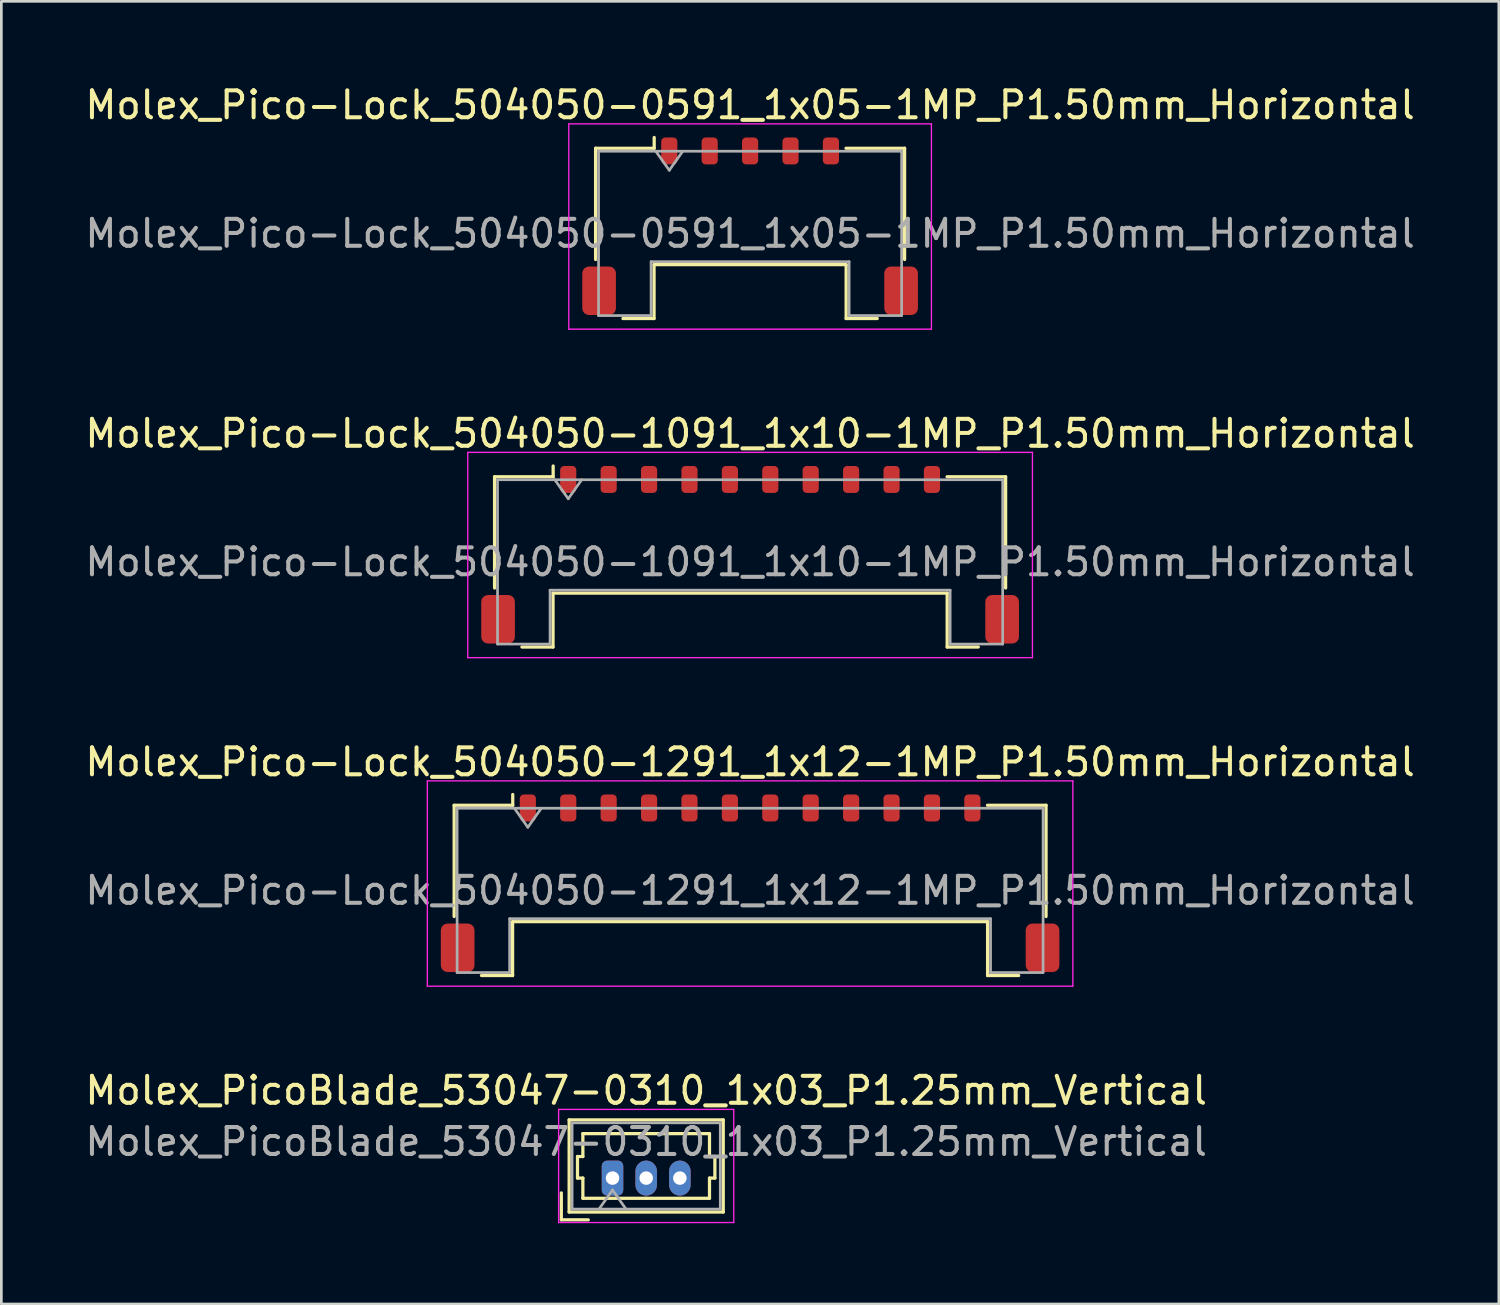
<source format=kicad_pcb>
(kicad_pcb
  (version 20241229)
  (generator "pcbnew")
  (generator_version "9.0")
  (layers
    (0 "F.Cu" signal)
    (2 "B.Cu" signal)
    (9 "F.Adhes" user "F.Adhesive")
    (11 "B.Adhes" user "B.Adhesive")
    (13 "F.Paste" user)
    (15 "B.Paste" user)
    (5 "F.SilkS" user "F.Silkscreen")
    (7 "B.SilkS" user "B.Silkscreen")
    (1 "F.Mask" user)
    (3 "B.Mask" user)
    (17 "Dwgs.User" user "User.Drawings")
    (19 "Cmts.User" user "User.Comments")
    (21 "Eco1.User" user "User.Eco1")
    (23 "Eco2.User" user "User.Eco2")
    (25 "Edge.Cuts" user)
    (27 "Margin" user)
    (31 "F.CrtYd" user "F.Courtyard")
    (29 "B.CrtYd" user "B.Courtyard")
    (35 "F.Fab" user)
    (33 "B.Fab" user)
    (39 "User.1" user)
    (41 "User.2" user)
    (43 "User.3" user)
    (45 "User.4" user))
  (footprint "Molex_PicoBlade_53047-0310_1x03_P1.25mm_Vertical"
    (layer "F.Cu")
    (at 19.685 40.678)
    (property "Reference" "Molex_PicoBlade_53047-0310_1x03_P1.25mm_Vertical" (at 1.25 -3.25 0) (layer "F.SilkS") (effects (font (size 1 1) (thickness 0.15))))
    (attr through_hole)
    (fp_line (start -1.9 1.55) (end -1.9 0.55) (stroke (width 0.12) (type solid)) (layer "F.SilkS"))
    (fp_line (start -1.9 1.55) (end -0.9 1.55) (stroke (width 0.12) (type solid)) (layer "F.SilkS"))
    (fp_line (start -1.61 -2.16) (end -1.61 1.26) (stroke (width 0.12) (type solid)) (layer "F.SilkS"))
    (fp_line (start -1.61 1.26) (end 4.11 1.26) (stroke (width 0.12) (type solid)) (layer "F.SilkS"))
    (fp_line (start -1.3 -0.8) (end -1.1 -0.8) (stroke (width 0.12) (type solid)) (layer "F.SilkS"))
    (fp_line (start -1.3 0) (end -1.3 -0.8) (stroke (width 0.12) (type solid)) (layer "F.SilkS"))
    (fp_line (start -1.1 -1.65) (end 1.25 -1.65) (stroke (width 0.12) (type solid)) (layer "F.SilkS"))
    (fp_line (start -1.1 -0.8) (end -1.1 -1.65) (stroke (width 0.12) (type solid)) (layer "F.SilkS"))
    (fp_line (start -1.1 0) (end -1.3 0) (stroke (width 0.12) (type solid)) (layer "F.SilkS"))
    (fp_line (start -1.1 0.75) (end -1.1 0) (stroke (width 0.12) (type solid)) (layer "F.SilkS"))
    (fp_line (start 1.25 0.75) (end -1.1 0.75) (stroke (width 0.12) (type solid)) (layer "F.SilkS"))
    (fp_line (start 1.25 0.75) (end 3.6 0.75) (stroke (width 0.12) (type solid)) (layer "F.SilkS"))
    (fp_line (start 3.6 -1.65) (end 1.25 -1.65) (stroke (width 0.12) (type solid)) (layer "F.SilkS"))
    (fp_line (start 3.6 -0.8) (end 3.6 -1.65) (stroke (width 0.12) (type solid)) (layer "F.SilkS"))
    (fp_line (start 3.6 0) (end 3.8 0) (stroke (width 0.12) (type solid)) (layer "F.SilkS"))
    (fp_line (start 3.6 0.75) (end 3.6 0) (stroke (width 0.12) (type solid)) (layer "F.SilkS"))
    (fp_line (start 3.8 -0.8) (end 3.6 -0.8) (stroke (width 0.12) (type solid)) (layer "F.SilkS"))
    (fp_line (start 3.8 0) (end 3.8 -0.8) (stroke (width 0.12) (type solid)) (layer "F.SilkS"))
    (fp_line (start 4.11 -2.16) (end -1.61 -2.16) (stroke (width 0.12) (type solid)) (layer "F.SilkS"))
    (fp_line (start 4.11 1.26) (end 4.11 -2.16) (stroke (width 0.12) (type solid)) (layer "F.SilkS"))
    (fp_line (start -2 -2.55) (end -2 1.65) (stroke (width 0.05) (type solid)) (layer "F.CrtYd"))
    (fp_line (start -2 1.65) (end 4.5 1.65) (stroke (width 0.05) (type solid)) (layer "F.CrtYd"))
    (fp_line (start 4.5 -2.55) (end -2 -2.55) (stroke (width 0.05) (type solid)) (layer "F.CrtYd"))
    (fp_line (start 4.5 1.65) (end 4.5 -2.55) (stroke (width 0.05) (type solid)) (layer "F.CrtYd"))
    (fp_line (start -1.5 -2.05) (end -1.5 1.15) (stroke (width 0.1) (type solid)) (layer "F.Fab"))
    (fp_line (start -1.5 1.15) (end 4 1.15) (stroke (width 0.1) (type solid)) (layer "F.Fab"))
    (fp_line (start -0.5 1.15) (end 0 0.443) (stroke (width 0.1) (type solid)) (layer "F.Fab"))
    (fp_line (start 0 0.443) (end 0.5 1.15) (stroke (width 0.1) (type solid)) (layer "F.Fab"))
    (fp_line (start 4 -2.05) (end -1.5 -2.05) (stroke (width 0.1) (type solid)) (layer "F.Fab"))
    (fp_line (start 4 1.15) (end 4 -2.05) (stroke (width 0.1) (type solid)) (layer "F.Fab"))
    (fp_text user "${REFERENCE}" (at 1.25 -1.35 0) (layer "F.Fab") (effects (font (size 1 1) (thickness 0.15))))
    (pad "1" thru_hole roundrect (at 0 0) (size 0.8 1.3) (drill 0.5) (layers "*.Cu" "*.Mask") (roundrect_rratio 0.25))
    (pad "2" thru_hole oval (at 1.25 0) (size 0.8 1.3) (drill 0.5) (layers "*.Cu" "*.Mask"))
    (pad "3" thru_hole oval (at 2.5 0) (size 0.8 1.3) (drill 0.5) (layers "*.Cu" "*.Mask")))
  (footprint "Molex_Pico-Lock_504050-1291_1x12-1MP_P1.50mm_Horizontal"
    (layer "F.Cu")
    (at 24.792 29.735)
    (property "Reference" "Molex_Pico-Lock_504050-1291_1x12-1MP_P1.50mm_Horizontal" (at 0 -4.5 0) (layer "F.SilkS") (effects (font (size 1 1) (thickness 0.15))))
    (attr smd)
    (fp_line (start -10.985 -2.895) (end -8.81 -2.895) (stroke (width 0.12) (type solid)) (layer "F.SilkS"))
    (fp_line (start -10.985 1.235) (end -10.985 -2.895) (stroke (width 0.12) (type solid)) (layer "F.SilkS"))
    (fp_line (start -9.97 3.425) (end -8.815 3.425) (stroke (width 0.12) (type solid)) (layer "F.SilkS"))
    (fp_line (start -8.815 1.425) (end 8.815 1.425) (stroke (width 0.12) (type solid)) (layer "F.SilkS"))
    (fp_line (start -8.815 3.425) (end -8.815 1.425) (stroke (width 0.12) (type solid)) (layer "F.SilkS"))
    (fp_line (start -8.81 -2.895) (end -8.81 -3.295) (stroke (width 0.12) (type solid)) (layer "F.SilkS"))
    (fp_line (start 8.815 1.425) (end 8.815 3.425) (stroke (width 0.12) (type solid)) (layer "F.SilkS"))
    (fp_line (start 8.815 3.425) (end 9.97 3.425) (stroke (width 0.12) (type solid)) (layer "F.SilkS"))
    (fp_line (start 10.985 -2.895) (end 8.81 -2.895) (stroke (width 0.12) (type solid)) (layer "F.SilkS"))
    (fp_line (start 10.985 1.235) (end 10.985 -2.895) (stroke (width 0.12) (type solid)) (layer "F.SilkS"))
    (fp_line (start -11.98 -3.8) (end -11.98 3.82) (stroke (width 0.05) (type solid)) (layer "F.CrtYd"))
    (fp_line (start -11.98 3.82) (end 11.98 3.82) (stroke (width 0.05) (type solid)) (layer "F.CrtYd"))
    (fp_line (start 11.98 -3.8) (end -11.98 -3.8) (stroke (width 0.05) (type solid)) (layer "F.CrtYd"))
    (fp_line (start 11.98 3.82) (end 11.98 -3.8) (stroke (width 0.05) (type solid)) (layer "F.CrtYd"))
    (fp_line (start -10.875 -2.785) (end -10.875 3.315) (stroke (width 0.1) (type solid)) (layer "F.Fab"))
    (fp_line (start -10.875 -2.785) (end 10.875 -2.785) (stroke (width 0.1) (type solid)) (layer "F.Fab"))
    (fp_line (start -10.875 3.315) (end -8.925 3.315) (stroke (width 0.1) (type solid)) (layer "F.Fab"))
    (fp_line (start -8.925 1.315) (end 8.925 1.315) (stroke (width 0.1) (type solid)) (layer "F.Fab"))
    (fp_line (start -8.925 3.315) (end -8.925 1.315) (stroke (width 0.1) (type solid)) (layer "F.Fab"))
    (fp_line (start -8.75 -2.785) (end -8.25 -2.078) (stroke (width 0.1) (type solid)) (layer "F.Fab"))
    (fp_line (start -8.25 -2.078) (end -7.75 -2.785) (stroke (width 0.1) (type solid)) (layer "F.Fab"))
    (fp_line (start 8.925 1.315) (end 8.925 3.315) (stroke (width 0.1) (type solid)) (layer "F.Fab"))
    (fp_line (start 8.925 3.315) (end 10.875 3.315) (stroke (width 0.1) (type solid)) (layer "F.Fab"))
    (fp_line (start 10.875 -2.785) (end 10.875 3.315) (stroke (width 0.1) (type solid)) (layer "F.Fab"))
    (fp_text user "${REFERENCE}" (at 0 0.27 0) (layer "F.Fab") (effects (font (size 1 1) (thickness 0.15))))
    (pad "1" smd roundrect (at -8.25 -2.795) (size 0.6 1) (layers "F.Cu" "F.Mask" "F.Paste") (roundrect_rratio 0.25))
    (pad "2" smd roundrect (at -6.75 -2.795) (size 0.6 1) (layers "F.Cu" "F.Mask" "F.Paste") (roundrect_rratio 0.25))
    (pad "3" smd roundrect (at -5.25 -2.795) (size 0.6 1) (layers "F.Cu" "F.Mask" "F.Paste") (roundrect_rratio 0.25))
    (pad "4" smd roundrect (at -3.75 -2.795) (size 0.6 1) (layers "F.Cu" "F.Mask" "F.Paste") (roundrect_rratio 0.25))
    (pad "5" smd roundrect (at -2.25 -2.795) (size 0.6 1) (layers "F.Cu" "F.Mask" "F.Paste") (roundrect_rratio 0.25))
    (pad "6" smd roundrect (at -0.75 -2.795) (size 0.6 1) (layers "F.Cu" "F.Mask" "F.Paste") (roundrect_rratio 0.25))
    (pad "7" smd roundrect (at 0.75 -2.795) (size 0.6 1) (layers "F.Cu" "F.Mask" "F.Paste") (roundrect_rratio 0.25))
    (pad "8" smd roundrect (at 2.25 -2.795) (size 0.6 1) (layers "F.Cu" "F.Mask" "F.Paste") (roundrect_rratio 0.25))
    (pad "9" smd roundrect (at 3.75 -2.795) (size 0.6 1) (layers "F.Cu" "F.Mask" "F.Paste") (roundrect_rratio 0.25))
    (pad "10" smd roundrect (at 5.25 -2.795) (size 0.6 1) (layers "F.Cu" "F.Mask" "F.Paste") (roundrect_rratio 0.25))
    (pad "11" smd roundrect (at 6.75 -2.795) (size 0.6 1) (layers "F.Cu" "F.Mask" "F.Paste") (roundrect_rratio 0.25))
    (pad "12" smd roundrect (at 8.25 -2.795) (size 0.6 1) (layers "F.Cu" "F.Mask" "F.Paste") (roundrect_rratio 0.25))
    (pad "MP" smd roundrect (at -10.855 2.395) (size 1.25 1.8) (layers "F.Cu" "F.Mask" "F.Paste") (roundrect_rratio 0.2))
    (pad "MP" smd roundrect (at 10.855 2.395) (size 1.25 1.8) (layers "F.Cu" "F.Mask" "F.Paste") (roundrect_rratio 0.2)))
  (footprint "Molex_Pico-Lock_504050-0591_1x05-1MP_P1.50mm_Horizontal"
    (layer "F.Cu")
    (at 24.792 5.348)
    (property "Reference" "Molex_Pico-Lock_504050-0591_1x05-1MP_P1.50mm_Horizontal" (at 0 -4.5 0) (layer "F.SilkS") (effects (font (size 1 1) (thickness 0.15))))
    (attr smd)
    (fp_line (start -5.735 -2.895) (end -3.56 -2.895) (stroke (width 0.12) (type solid)) (layer "F.SilkS"))
    (fp_line (start -5.735 1.235) (end -5.735 -2.895) (stroke (width 0.12) (type solid)) (layer "F.SilkS"))
    (fp_line (start -4.72 3.425) (end -3.565 3.425) (stroke (width 0.12) (type solid)) (layer "F.SilkS"))
    (fp_line (start -3.565 1.425) (end 3.565 1.425) (stroke (width 0.12) (type solid)) (layer "F.SilkS"))
    (fp_line (start -3.565 3.425) (end -3.565 1.425) (stroke (width 0.12) (type solid)) (layer "F.SilkS"))
    (fp_line (start -3.56 -2.895) (end -3.56 -3.295) (stroke (width 0.12) (type solid)) (layer "F.SilkS"))
    (fp_line (start 3.565 1.425) (end 3.565 3.425) (stroke (width 0.12) (type solid)) (layer "F.SilkS"))
    (fp_line (start 3.565 3.425) (end 4.72 3.425) (stroke (width 0.12) (type solid)) (layer "F.SilkS"))
    (fp_line (start 5.735 -2.895) (end 3.56 -2.895) (stroke (width 0.12) (type solid)) (layer "F.SilkS"))
    (fp_line (start 5.735 1.235) (end 5.735 -2.895) (stroke (width 0.12) (type solid)) (layer "F.SilkS"))
    (fp_line (start -6.73 -3.8) (end -6.73 3.82) (stroke (width 0.05) (type solid)) (layer "F.CrtYd"))
    (fp_line (start -6.73 3.82) (end 6.73 3.82) (stroke (width 0.05) (type solid)) (layer "F.CrtYd"))
    (fp_line (start 6.73 -3.8) (end -6.73 -3.8) (stroke (width 0.05) (type solid)) (layer "F.CrtYd"))
    (fp_line (start 6.73 3.82) (end 6.73 -3.8) (stroke (width 0.05) (type solid)) (layer "F.CrtYd"))
    (fp_line (start -5.625 -2.785) (end -5.625 3.315) (stroke (width 0.1) (type solid)) (layer "F.Fab"))
    (fp_line (start -5.625 -2.785) (end 5.625 -2.785) (stroke (width 0.1) (type solid)) (layer "F.Fab"))
    (fp_line (start -5.625 3.315) (end -3.675 3.315) (stroke (width 0.1) (type solid)) (layer "F.Fab"))
    (fp_line (start -3.675 1.315) (end 3.675 1.315) (stroke (width 0.1) (type solid)) (layer "F.Fab"))
    (fp_line (start -3.675 3.315) (end -3.675 1.315) (stroke (width 0.1) (type solid)) (layer "F.Fab"))
    (fp_line (start -3.5 -2.785) (end -3 -2.078) (stroke (width 0.1) (type solid)) (layer "F.Fab"))
    (fp_line (start -3 -2.078) (end -2.5 -2.785) (stroke (width 0.1) (type solid)) (layer "F.Fab"))
    (fp_line (start 3.675 1.315) (end 3.675 3.315) (stroke (width 0.1) (type solid)) (layer "F.Fab"))
    (fp_line (start 3.675 3.315) (end 5.625 3.315) (stroke (width 0.1) (type solid)) (layer "F.Fab"))
    (fp_line (start 5.625 -2.785) (end 5.625 3.315) (stroke (width 0.1) (type solid)) (layer "F.Fab"))
    (fp_text user "${REFERENCE}" (at 0 0.27 0) (layer "F.Fab") (effects (font (size 1 1) (thickness 0.15))))
    (pad "1" smd roundrect (at -3 -2.795) (size 0.6 1) (layers "F.Cu" "F.Mask" "F.Paste") (roundrect_rratio 0.25))
    (pad "2" smd roundrect (at -1.5 -2.795) (size 0.6 1) (layers "F.Cu" "F.Mask" "F.Paste") (roundrect_rratio 0.25))
    (pad "3" smd roundrect (at 0 -2.795) (size 0.6 1) (layers "F.Cu" "F.Mask" "F.Paste") (roundrect_rratio 0.25))
    (pad "4" smd roundrect (at 1.5 -2.795) (size 0.6 1) (layers "F.Cu" "F.Mask" "F.Paste") (roundrect_rratio 0.25))
    (pad "5" smd roundrect (at 3 -2.795) (size 0.6 1) (layers "F.Cu" "F.Mask" "F.Paste") (roundrect_rratio 0.25))
    (pad "MP" smd roundrect (at -5.605 2.395) (size 1.25 1.8) (layers "F.Cu" "F.Mask" "F.Paste") (roundrect_rratio 0.2))
    (pad "MP" smd roundrect (at 5.605 2.395) (size 1.25 1.8) (layers "F.Cu" "F.Mask" "F.Paste") (roundrect_rratio 0.2)))
  (footprint "Molex_Pico-Lock_504050-1091_1x10-1MP_P1.50mm_Horizontal"
    (layer "F.Cu")
    (at 24.792 17.541)
    (property "Reference" "Molex_Pico-Lock_504050-1091_1x10-1MP_P1.50mm_Horizontal" (at 0 -4.5 0) (layer "F.SilkS") (effects (font (size 1 1) (thickness 0.15))))
    (attr smd)
    (fp_line (start -9.485 -2.895) (end -7.31 -2.895) (stroke (width 0.12) (type solid)) (layer "F.SilkS"))
    (fp_line (start -9.485 1.235) (end -9.485 -2.895) (stroke (width 0.12) (type solid)) (layer "F.SilkS"))
    (fp_line (start -8.47 3.425) (end -7.315 3.425) (stroke (width 0.12) (type solid)) (layer "F.SilkS"))
    (fp_line (start -7.315 1.425) (end 7.315 1.425) (stroke (width 0.12) (type solid)) (layer "F.SilkS"))
    (fp_line (start -7.315 3.425) (end -7.315 1.425) (stroke (width 0.12) (type solid)) (layer "F.SilkS"))
    (fp_line (start -7.31 -2.895) (end -7.31 -3.295) (stroke (width 0.12) (type solid)) (layer "F.SilkS"))
    (fp_line (start 7.315 1.425) (end 7.315 3.425) (stroke (width 0.12) (type solid)) (layer "F.SilkS"))
    (fp_line (start 7.315 3.425) (end 8.47 3.425) (stroke (width 0.12) (type solid)) (layer "F.SilkS"))
    (fp_line (start 9.485 -2.895) (end 7.31 -2.895) (stroke (width 0.12) (type solid)) (layer "F.SilkS"))
    (fp_line (start 9.485 1.235) (end 9.485 -2.895) (stroke (width 0.12) (type solid)) (layer "F.SilkS"))
    (fp_line (start -10.48 -3.8) (end -10.48 3.82) (stroke (width 0.05) (type solid)) (layer "F.CrtYd"))
    (fp_line (start -10.48 3.82) (end 10.48 3.82) (stroke (width 0.05) (type solid)) (layer "F.CrtYd"))
    (fp_line (start 10.48 -3.8) (end -10.48 -3.8) (stroke (width 0.05) (type solid)) (layer "F.CrtYd"))
    (fp_line (start 10.48 3.82) (end 10.48 -3.8) (stroke (width 0.05) (type solid)) (layer "F.CrtYd"))
    (fp_line (start -9.375 -2.785) (end -9.375 3.315) (stroke (width 0.1) (type solid)) (layer "F.Fab"))
    (fp_line (start -9.375 -2.785) (end 9.375 -2.785) (stroke (width 0.1) (type solid)) (layer "F.Fab"))
    (fp_line (start -9.375 3.315) (end -7.425 3.315) (stroke (width 0.1) (type solid)) (layer "F.Fab"))
    (fp_line (start -7.425 1.315) (end 7.425 1.315) (stroke (width 0.1) (type solid)) (layer "F.Fab"))
    (fp_line (start -7.425 3.315) (end -7.425 1.315) (stroke (width 0.1) (type solid)) (layer "F.Fab"))
    (fp_line (start -7.25 -2.785) (end -6.75 -2.078) (stroke (width 0.1) (type solid)) (layer "F.Fab"))
    (fp_line (start -6.75 -2.078) (end -6.25 -2.785) (stroke (width 0.1) (type solid)) (layer "F.Fab"))
    (fp_line (start 7.425 1.315) (end 7.425 3.315) (stroke (width 0.1) (type solid)) (layer "F.Fab"))
    (fp_line (start 7.425 3.315) (end 9.375 3.315) (stroke (width 0.1) (type solid)) (layer "F.Fab"))
    (fp_line (start 9.375 -2.785) (end 9.375 3.315) (stroke (width 0.1) (type solid)) (layer "F.Fab"))
    (fp_text user "${REFERENCE}" (at 0 0.27 0) (layer "F.Fab") (effects (font (size 1 1) (thickness 0.15))))
    (pad "1" smd roundrect (at -6.75 -2.795) (size 0.6 1) (layers "F.Cu" "F.Mask" "F.Paste") (roundrect_rratio 0.25))
    (pad "2" smd roundrect (at -5.25 -2.795) (size 0.6 1) (layers "F.Cu" "F.Mask" "F.Paste") (roundrect_rratio 0.25))
    (pad "3" smd roundrect (at -3.75 -2.795) (size 0.6 1) (layers "F.Cu" "F.Mask" "F.Paste") (roundrect_rratio 0.25))
    (pad "4" smd roundrect (at -2.25 -2.795) (size 0.6 1) (layers "F.Cu" "F.Mask" "F.Paste") (roundrect_rratio 0.25))
    (pad "5" smd roundrect (at -0.75 -2.795) (size 0.6 1) (layers "F.Cu" "F.Mask" "F.Paste") (roundrect_rratio 0.25))
    (pad "6" smd roundrect (at 0.75 -2.795) (size 0.6 1) (layers "F.Cu" "F.Mask" "F.Paste") (roundrect_rratio 0.25))
    (pad "7" smd roundrect (at 2.25 -2.795) (size 0.6 1) (layers "F.Cu" "F.Mask" "F.Paste") (roundrect_rratio 0.25))
    (pad "8" smd roundrect (at 3.75 -2.795) (size 0.6 1) (layers "F.Cu" "F.Mask" "F.Paste") (roundrect_rratio 0.25))
    (pad "9" smd roundrect (at 5.25 -2.795) (size 0.6 1) (layers "F.Cu" "F.Mask" "F.Paste") (roundrect_rratio 0.25))
    (pad "10" smd roundrect (at 6.75 -2.795) (size 0.6 1) (layers "F.Cu" "F.Mask" "F.Paste") (roundrect_rratio 0.25))
    (pad "MP" smd roundrect (at -9.355 2.395) (size 1.25 1.8) (layers "F.Cu" "F.Mask" "F.Paste") (roundrect_rratio 0.2))
    (pad "MP" smd roundrect (at 9.355 2.395) (size 1.25 1.8) (layers "F.Cu" "F.Mask" "F.Paste") (roundrect_rratio 0.2)))
  (gr_rect
    (start -3 -3)
    (end 52.583 45.353)
    (stroke (width 0.1) (type default))
    (fill no)
    (layer "Edge.Cuts")))
</source>
